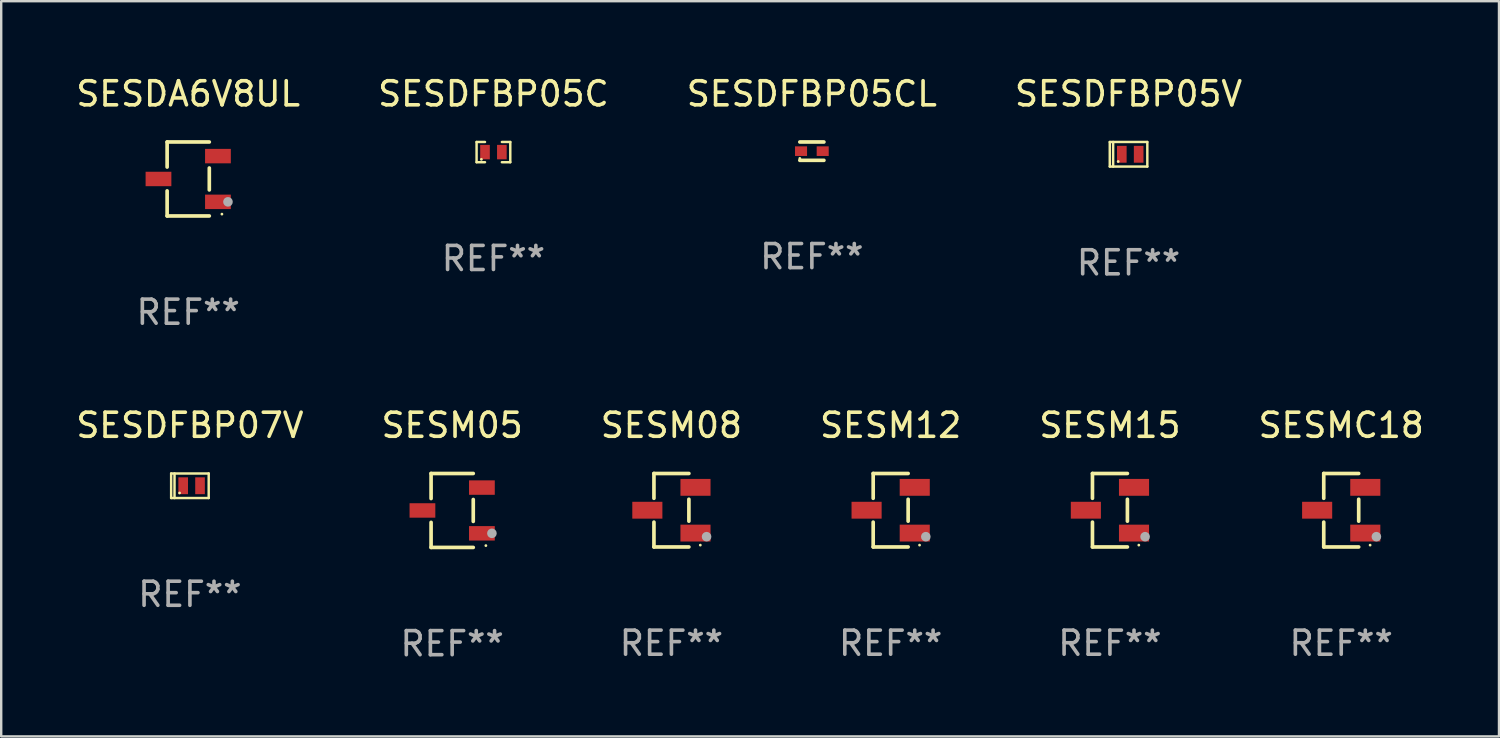
<source format=kicad_pcb>
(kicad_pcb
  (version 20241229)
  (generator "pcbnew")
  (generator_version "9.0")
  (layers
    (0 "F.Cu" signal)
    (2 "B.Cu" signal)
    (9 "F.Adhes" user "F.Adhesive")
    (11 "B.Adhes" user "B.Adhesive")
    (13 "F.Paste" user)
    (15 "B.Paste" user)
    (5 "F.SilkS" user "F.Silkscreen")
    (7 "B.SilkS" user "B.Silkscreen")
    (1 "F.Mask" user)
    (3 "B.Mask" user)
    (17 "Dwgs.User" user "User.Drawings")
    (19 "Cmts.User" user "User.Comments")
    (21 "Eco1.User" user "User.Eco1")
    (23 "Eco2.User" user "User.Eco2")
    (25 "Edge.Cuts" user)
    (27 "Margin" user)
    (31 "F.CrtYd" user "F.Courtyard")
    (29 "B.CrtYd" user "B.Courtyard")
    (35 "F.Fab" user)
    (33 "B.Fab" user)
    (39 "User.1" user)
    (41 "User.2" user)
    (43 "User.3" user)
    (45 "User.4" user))
  (footprint "SESDA6V8UL"
    (layer "F.Cu")
    (at 4.768 4.384)
    (property "Reference" "SESDA6V8UL" (at 0 -3.536 0) (layer "F.SilkS") (effects (font (size 1 1) (thickness 0.15))))
    (attr through_hole)
    (fp_line (start -0.876 -1.536) (end -0.876 -0.495) (stroke (width 0.152) (type solid)) (layer "F.SilkS"))
    (fp_line (start -0.876 1.536) (end -0.876 0.495) (stroke (width 0.152) (type solid)) (layer "F.SilkS"))
    (fp_line (start 0.876 -1.536) (end -0.876 -1.536) (stroke (width 0.152) (type solid)) (layer "F.SilkS"))
    (fp_line (start 0.876 -0.455) (end 0.876 0.455) (stroke (width 0.152) (type solid)) (layer "F.SilkS"))
    (fp_line (start 0.876 1.536) (end -0.876 1.536) (stroke (width 0.152) (type solid)) (layer "F.SilkS"))
    (fp_circle (center 1.4 1.46) (end 1.43 1.46) (stroke (width 0.06) (type solid)) (fill no) (layer "F.SilkS"))
    (fp_circle (center 1.651 0.95) (end 1.751 0.95) (stroke (width 0.2) (type solid)) (fill no) (layer "F.Fab"))
    (fp_text user "REF**" (at 0 5.536 0) (layer "F.Fab") (effects (font (size 1 1) (thickness 0.15))))
    (pad "1" smd rect (at 1.235 0.95) (size 1.07 0.6) (layers "F.Cu" "F.Mask" "F.Paste"))
    (pad "2" smd rect (at 1.235 -0.95) (size 1.07 0.6) (layers "F.Cu" "F.Mask" "F.Paste"))
    (pad "3" smd rect (at -1.235 0) (size 1.07 0.6) (layers "F.Cu" "F.Mask" "F.Paste")))
  (footprint "SESDFBP05C"
    (layer "F.Cu")
    (at 17.446 3.268)
    (property "Reference" "SESDFBP05C" (at 0 -2.42 0) (layer "F.SilkS") (effects (font (size 1 1) (thickness 0.15))))
    (attr through_hole)
    (fp_line (start -0.7 -0.42) (end -0.7 0.42) (stroke (width 0.102) (type solid)) (layer "F.SilkS"))
    (fp_line (start -0.7 0.42) (end -0.35 0.42) (stroke (width 0.102) (type solid)) (layer "F.SilkS"))
    (fp_line (start -0.35 -0.42) (end -0.7 -0.42) (stroke (width 0.102) (type solid)) (layer "F.SilkS"))
    (fp_line (start 0.35 0.42) (end 0.7 0.42) (stroke (width 0.102) (type solid)) (layer "F.SilkS"))
    (fp_line (start 0.7 -0.42) (end 0.35 -0.42) (stroke (width 0.102) (type solid)) (layer "F.SilkS"))
    (fp_line (start 0.7 0.42) (end 0.7 -0.42) (stroke (width 0.102) (type solid)) (layer "F.SilkS"))
    (fp_circle (center -0.5 0.3) (end -0.47 0.3) (stroke (width 0.06) (type solid)) (fill no) (layer "F.SilkS"))
    (fp_text user "REF**" (at 0 4.42 0) (layer "F.Fab") (effects (font (size 1 1) (thickness 0.15))))
    (pad "1" smd rect (at -0.35 0) (size 0.4 0.6) (layers "F.Cu" "F.Mask" "F.Paste"))
    (pad "2" smd rect (at 0.35 0) (size 0.4 0.6) (layers "F.Cu" "F.Mask" "F.Paste")))
  (footprint "SESM12"
    (layer "F.Cu")
    (at 33.946 18.143)
    (property "Reference" "SESM12" (at 0 -3.526 0) (layer "F.SilkS") (effects (font (size 1 1) (thickness 0.15))))
    (attr through_hole)
    (fp_line (start -0.726 -1.526) (end -0.726 -0.495) (stroke (width 0.152) (type solid)) (layer "F.SilkS"))
    (fp_line (start -0.726 1.526) (end -0.726 0.495) (stroke (width 0.152) (type solid)) (layer "F.SilkS"))
    (fp_line (start 0.726 -1.526) (end -0.726 -1.526) (stroke (width 0.152) (type solid)) (layer "F.SilkS"))
    (fp_line (start 0.726 -0.455) (end 0.726 0.455) (stroke (width 0.152) (type solid)) (layer "F.SilkS"))
    (fp_line (start 0.726 1.526) (end -0.726 1.526) (stroke (width 0.152) (type solid)) (layer "F.SilkS"))
    (fp_circle (center 1.2 1.45) (end 1.23 1.45) (stroke (width 0.06) (type solid)) (fill no) (layer "F.SilkS"))
    (fp_circle (center 1.46 1.1) (end 1.56 1.1) (stroke (width 0.2) (type solid)) (fill no) (layer "F.Fab"))
    (fp_text user "REF**" (at 0 5.526 0) (layer "F.Fab") (effects (font (size 1 1) (thickness 0.15))))
    (pad "1" smd rect (at 1 0.95) (size 1.25 0.7) (layers "F.Cu" "F.Mask" "F.Paste"))
    (pad "2" smd rect (at 1 -0.95) (size 1.25 0.7) (layers "F.Cu" "F.Mask" "F.Paste"))
    (pad "3" smd rect (at -1 0) (size 1.25 0.7) (layers "F.Cu" "F.Mask" "F.Paste")))
  (footprint "SESM15"
    (layer "F.Cu")
    (at 43.054 18.143)
    (property "Reference" "SESM15" (at 0 -3.526 0) (layer "F.SilkS") (effects (font (size 1 1) (thickness 0.15))))
    (attr through_hole)
    (fp_line (start -0.726 -1.526) (end -0.726 -0.495) (stroke (width 0.152) (type solid)) (layer "F.SilkS"))
    (fp_line (start -0.726 1.526) (end -0.726 0.495) (stroke (width 0.152) (type solid)) (layer "F.SilkS"))
    (fp_line (start 0.726 -1.526) (end -0.726 -1.526) (stroke (width 0.152) (type solid)) (layer "F.SilkS"))
    (fp_line (start 0.726 -0.455) (end 0.726 0.455) (stroke (width 0.152) (type solid)) (layer "F.SilkS"))
    (fp_line (start 0.726 1.526) (end -0.726 1.526) (stroke (width 0.152) (type solid)) (layer "F.SilkS"))
    (fp_circle (center 1.2 1.45) (end 1.23 1.45) (stroke (width 0.06) (type solid)) (fill no) (layer "F.SilkS"))
    (fp_circle (center 1.46 1.1) (end 1.56 1.1) (stroke (width 0.2) (type solid)) (fill no) (layer "F.Fab"))
    (fp_text user "REF**" (at 0 5.526 0) (layer "F.Fab") (effects (font (size 1 1) (thickness 0.15))))
    (pad "1" smd rect (at 1 0.95) (size 1.25 0.7) (layers "F.Cu" "F.Mask" "F.Paste"))
    (pad "2" smd rect (at 1 -0.95) (size 1.25 0.7) (layers "F.Cu" "F.Mask" "F.Paste"))
    (pad "3" smd rect (at -1 0) (size 1.25 0.7) (layers "F.Cu" "F.Mask" "F.Paste")))
  (footprint "SESDFBP05V"
    (layer "F.Cu")
    (at 43.827 3.358)
    (property "Reference" "SESDFBP05V" (at 0 -2.51 0) (layer "F.SilkS") (effects (font (size 1 1) (thickness 0.15))))
    (attr through_hole)
    (fp_line (start -0.78 -0.51) (end -0.78 0.51) (stroke (width 0.102) (type solid)) (layer "F.SilkS"))
    (fp_line (start -0.78 -0.51) (end 0.78 -0.51) (stroke (width 0.102) (type solid)) (layer "F.SilkS"))
    (fp_line (start -0.78 0.51) (end 0.78 0.51) (stroke (width 0.102) (type solid)) (layer "F.SilkS"))
    (fp_line (start -0.64 -0.51) (end -0.64 0.51) (stroke (width 0.102) (type solid)) (layer "F.SilkS"))
    (fp_line (start 0.78 -0.51) (end 0.78 0.51) (stroke (width 0.102) (type solid)) (layer "F.SilkS"))
    (fp_circle (center -0.43 0.3) (end -0.4 0.3) (stroke (width 0.06) (type solid)) (fill no) (layer "F.SilkS"))
    (fp_text user "REF**" (at 0 4.51 0) (layer "F.Fab") (effects (font (size 1 1) (thickness 0.15))))
    (pad "1" smd rect (at -0.28 0) (size 0.4 0.7) (layers "F.Cu" "F.Mask" "F.Paste"))
    (pad "2" smd rect (at 0.42 0) (size 0.4 0.7) (layers "F.Cu" "F.Mask" "F.Paste")))
  (footprint "SESMC18"
    (layer "F.Cu")
    (at 52.661 18.143)
    (property "Reference" "SESMC18" (at 0 -3.526 0) (layer "F.SilkS") (effects (font (size 1 1) (thickness 0.15))))
    (attr through_hole)
    (fp_line (start -0.726 -1.526) (end -0.726 -0.495) (stroke (width 0.152) (type solid)) (layer "F.SilkS"))
    (fp_line (start -0.726 1.526) (end -0.726 0.495) (stroke (width 0.152) (type solid)) (layer "F.SilkS"))
    (fp_line (start 0.726 -1.526) (end -0.726 -1.526) (stroke (width 0.152) (type solid)) (layer "F.SilkS"))
    (fp_line (start 0.726 -0.455) (end 0.726 0.455) (stroke (width 0.152) (type solid)) (layer "F.SilkS"))
    (fp_line (start 0.726 1.526) (end -0.726 1.526) (stroke (width 0.152) (type solid)) (layer "F.SilkS"))
    (fp_circle (center 1.2 1.45) (end 1.23 1.45) (stroke (width 0.06) (type solid)) (fill no) (layer "F.SilkS"))
    (fp_circle (center 1.46 1.1) (end 1.56 1.1) (stroke (width 0.2) (type solid)) (fill no) (layer "F.Fab"))
    (fp_text user "REF**" (at 0 5.526 0) (layer "F.Fab") (effects (font (size 1 1) (thickness 0.15))))
    (pad "1" smd rect (at 1 0.95) (size 1.25 0.7) (layers "F.Cu" "F.Mask" "F.Paste"))
    (pad "2" smd rect (at 1 -0.95) (size 1.25 0.7) (layers "F.Cu" "F.Mask" "F.Paste"))
    (pad "3" smd rect (at -1 0) (size 1.25 0.7) (layers "F.Cu" "F.Mask" "F.Paste")))
  (footprint "SESM05"
    (layer "F.Cu")
    (at 15.732 18.153)
    (property "Reference" "SESM05" (at 0 -3.536 0) (layer "F.SilkS") (effects (font (size 1 1) (thickness 0.15))))
    (attr through_hole)
    (fp_line (start -0.876 -1.536) (end -0.876 -0.495) (stroke (width 0.152) (type solid)) (layer "F.SilkS"))
    (fp_line (start -0.876 1.536) (end -0.876 0.495) (stroke (width 0.152) (type solid)) (layer "F.SilkS"))
    (fp_line (start 0.876 -1.536) (end -0.876 -1.536) (stroke (width 0.152) (type solid)) (layer "F.SilkS"))
    (fp_line (start 0.876 -0.455) (end 0.876 0.455) (stroke (width 0.152) (type solid)) (layer "F.SilkS"))
    (fp_line (start 0.876 1.536) (end -0.876 1.536) (stroke (width 0.152) (type solid)) (layer "F.SilkS"))
    (fp_circle (center 1.4 1.46) (end 1.43 1.46) (stroke (width 0.06) (type solid)) (fill no) (layer "F.SilkS"))
    (fp_circle (center 1.651 0.95) (end 1.751 0.95) (stroke (width 0.2) (type solid)) (fill no) (layer "F.Fab"))
    (fp_text user "REF**" (at 0 5.536 0) (layer "F.Fab") (effects (font (size 1 1) (thickness 0.15))))
    (pad "1" smd rect (at 1.235 0.95) (size 1.07 0.6) (layers "F.Cu" "F.Mask" "F.Paste"))
    (pad "2" smd rect (at 1.235 -0.95) (size 1.07 0.6) (layers "F.Cu" "F.Mask" "F.Paste"))
    (pad "3" smd rect (at -1.235 0) (size 1.07 0.6) (layers "F.Cu" "F.Mask" "F.Paste")))
  (footprint "SESDFBP07V"
    (layer "F.Cu")
    (at 4.839 17.127)
    (property "Reference" "SESDFBP07V" (at 0 -2.51 0) (layer "F.SilkS") (effects (font (size 1 1) (thickness 0.15))))
    (attr through_hole)
    (fp_line (start -0.78 -0.51) (end -0.78 0.51) (stroke (width 0.102) (type solid)) (layer "F.SilkS"))
    (fp_line (start -0.78 -0.51) (end 0.78 -0.51) (stroke (width 0.102) (type solid)) (layer "F.SilkS"))
    (fp_line (start -0.78 0.51) (end 0.78 0.51) (stroke (width 0.102) (type solid)) (layer "F.SilkS"))
    (fp_line (start -0.64 -0.51) (end -0.64 0.51) (stroke (width 0.102) (type solid)) (layer "F.SilkS"))
    (fp_line (start 0.78 -0.51) (end 0.78 0.51) (stroke (width 0.102) (type solid)) (layer "F.SilkS"))
    (fp_circle (center -0.43 0.3) (end -0.4 0.3) (stroke (width 0.06) (type solid)) (fill no) (layer "F.SilkS"))
    (fp_text user "REF**" (at 0 4.51 0) (layer "F.Fab") (effects (font (size 1 1) (thickness 0.15))))
    (pad "1" smd rect (at -0.28 0) (size 0.4 0.7) (layers "F.Cu" "F.Mask" "F.Paste"))
    (pad "2" smd rect (at 0.42 0) (size 0.4 0.7) (layers "F.Cu" "F.Mask" "F.Paste")))
  (footprint "SESDFBP05CL"
    (layer "F.Cu")
    (at 30.673 3.229)
    (property "Reference" "SESDFBP05CL" (at 0 -2.381 0) (layer "F.SilkS") (effects (font (size 1 1) (thickness 0.15))))
    (attr through_hole)
    (fp_line (start -0.5 -0.381) (end 0.5 -0.381) (stroke (width 0.152) (type solid)) (layer "F.SilkS"))
    (fp_line (start -0.5 0.381) (end 0.5 0.381) (stroke (width 0.152) (type solid)) (layer "F.SilkS"))
    (fp_circle (center -0.5 0.3) (end -0.47 0.3) (stroke (width 0.06) (type solid)) (fill no) (layer "F.SilkS"))
    (fp_text user "REF**" (at 0 4.381 0) (layer "F.Fab") (effects (font (size 1 1) (thickness 0.15))))
    (pad "1" smd rect (at -0.45 0 90) (size 0.4 0.5) (layers "F.Cu" "F.Mask" "F.Paste"))
    (pad "2" smd rect (at 0.45 0 90) (size 0.4 0.5) (layers "F.Cu" "F.Mask" "F.Paste")))
  (footprint "SESM08"
    (layer "F.Cu")
    (at 24.839 18.143)
    (property "Reference" "SESM08" (at 0 -3.526 0) (layer "F.SilkS") (effects (font (size 1 1) (thickness 0.15))))
    (attr through_hole)
    (fp_line (start -0.726 -1.526) (end -0.726 -0.495) (stroke (width 0.152) (type solid)) (layer "F.SilkS"))
    (fp_line (start -0.726 1.526) (end -0.726 0.495) (stroke (width 0.152) (type solid)) (layer "F.SilkS"))
    (fp_line (start 0.726 -1.526) (end -0.726 -1.526) (stroke (width 0.152) (type solid)) (layer "F.SilkS"))
    (fp_line (start 0.726 -0.455) (end 0.726 0.455) (stroke (width 0.152) (type solid)) (layer "F.SilkS"))
    (fp_line (start 0.726 1.526) (end -0.726 1.526) (stroke (width 0.152) (type solid)) (layer "F.SilkS"))
    (fp_circle (center 1.2 1.45) (end 1.23 1.45) (stroke (width 0.06) (type solid)) (fill no) (layer "F.SilkS"))
    (fp_circle (center 1.46 1.1) (end 1.56 1.1) (stroke (width 0.2) (type solid)) (fill no) (layer "F.Fab"))
    (fp_text user "REF**" (at 0 5.526 0) (layer "F.Fab") (effects (font (size 1 1) (thickness 0.15))))
    (pad "1" smd rect (at 1 0.95) (size 1.25 0.7) (layers "F.Cu" "F.Mask" "F.Paste"))
    (pad "2" smd rect (at 1 -0.95) (size 1.25 0.7) (layers "F.Cu" "F.Mask" "F.Paste"))
    (pad "3" smd rect (at -1 0) (size 1.25 0.7) (layers "F.Cu" "F.Mask" "F.Paste")))
  (gr_rect
    (start -3 -3)
    (end 59.214 27.538)
    (stroke (width 0.1) (type default))
    (fill no)
    (layer "Edge.Cuts")))
</source>
